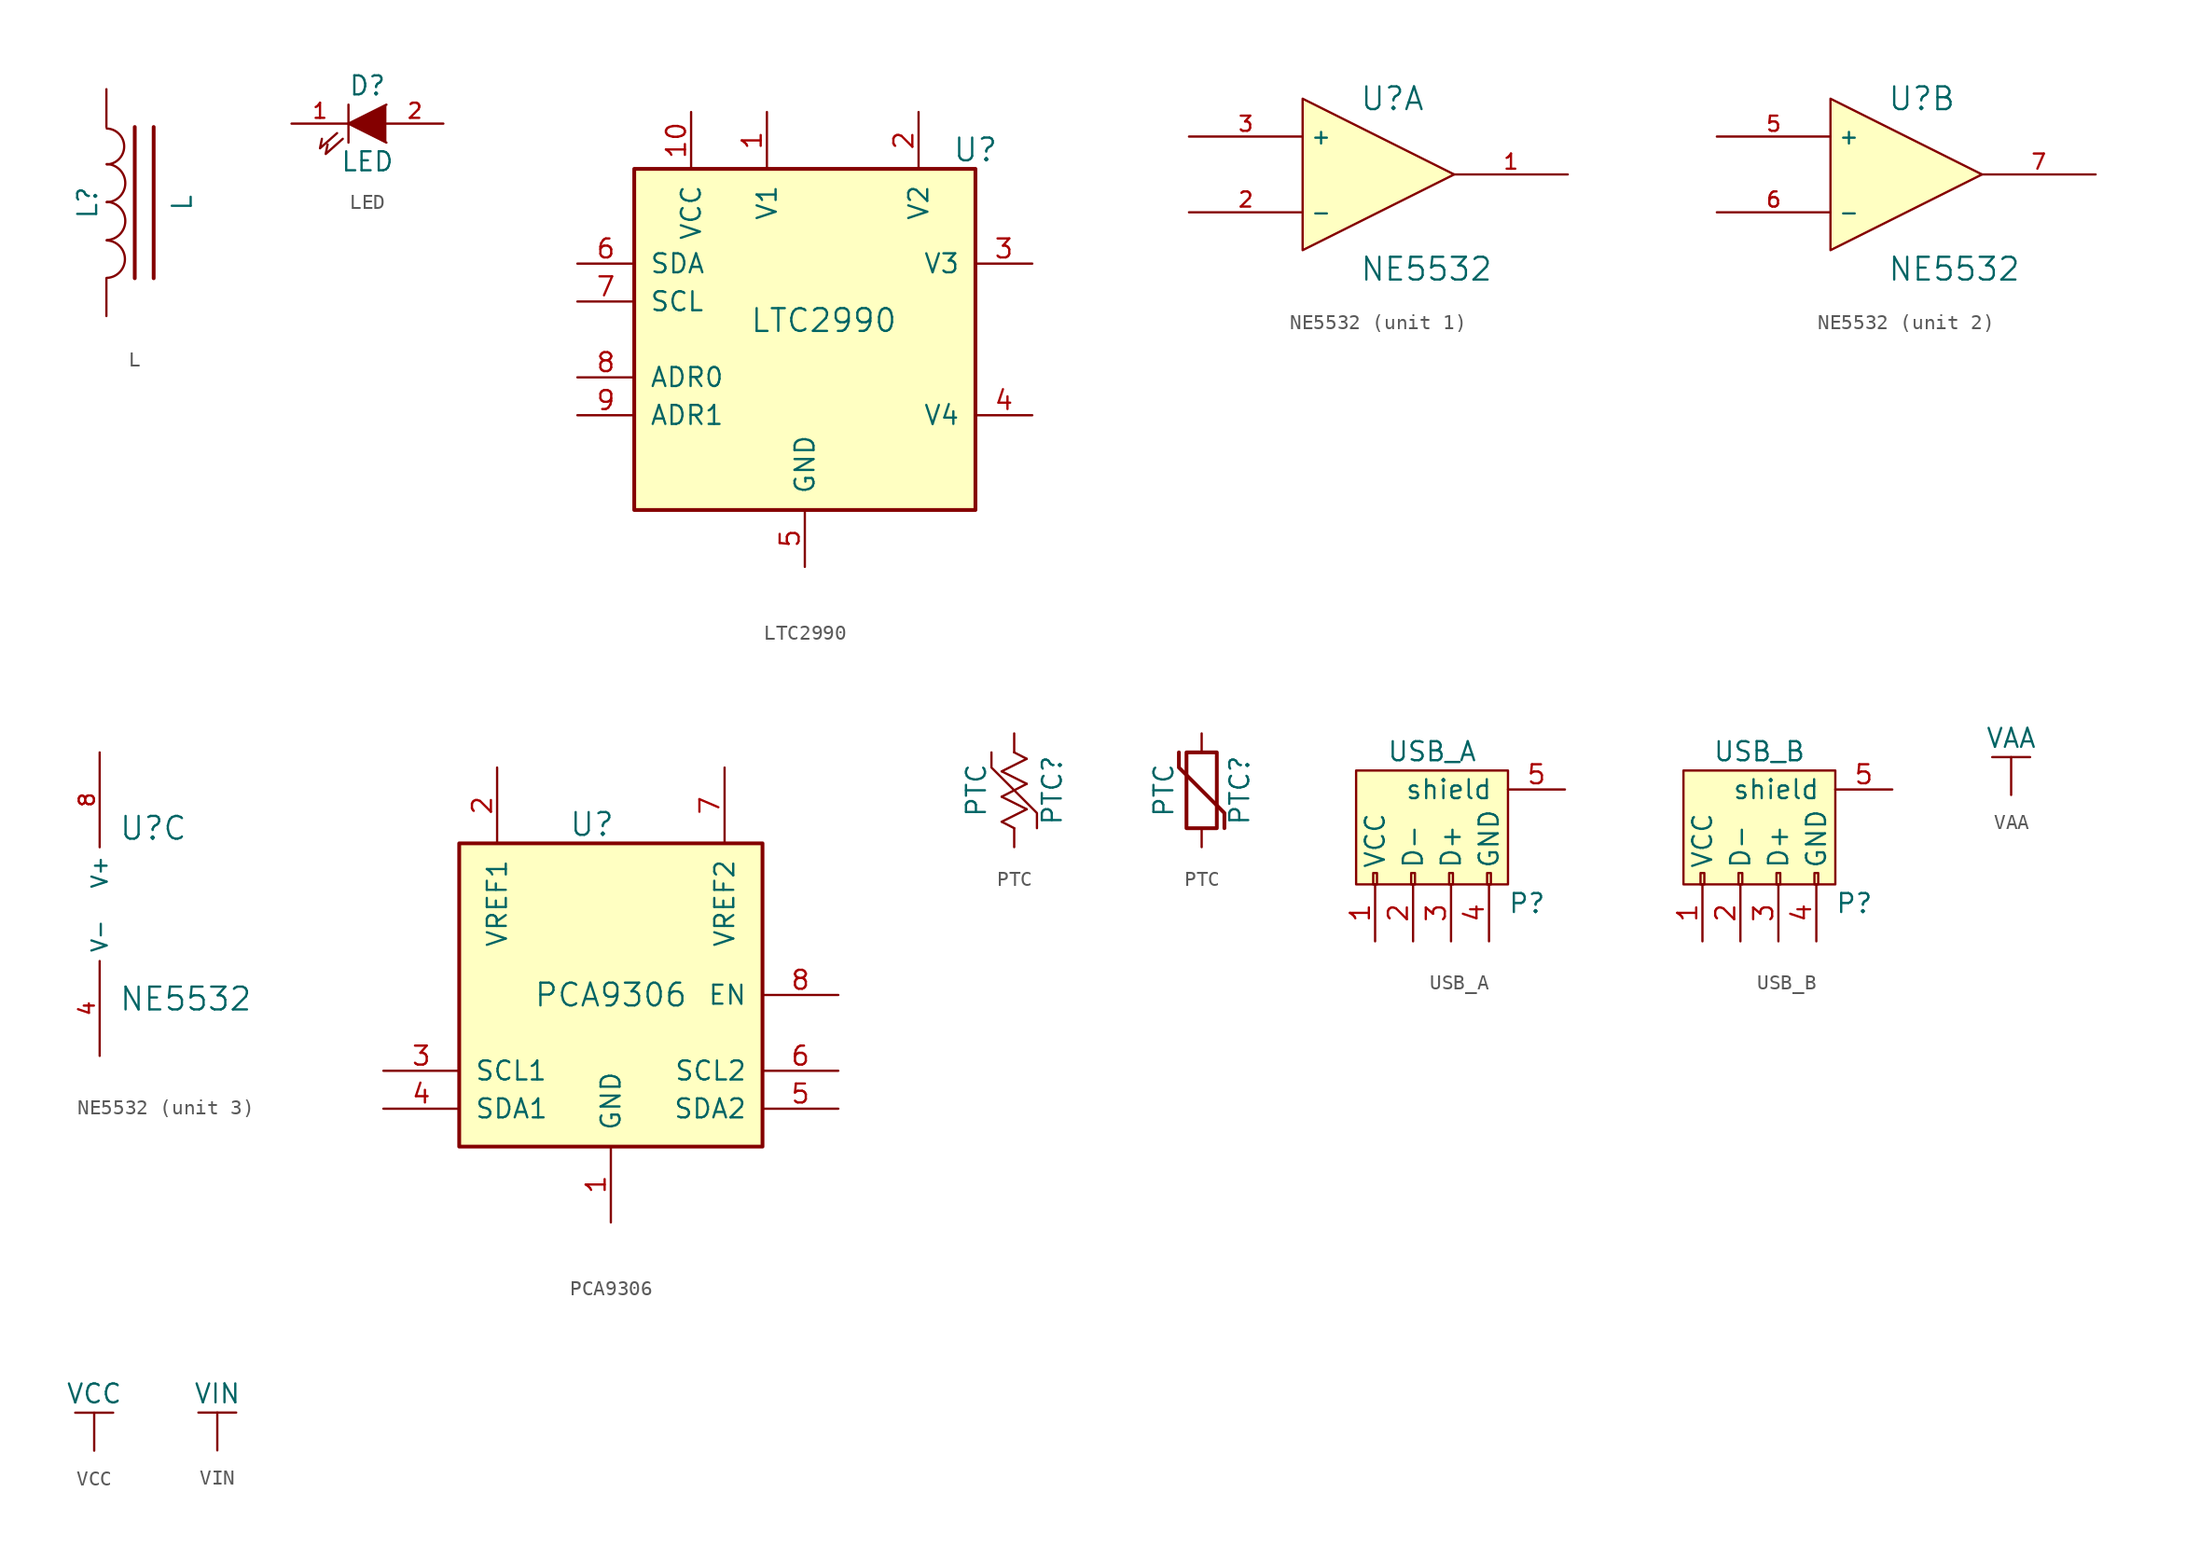
<source format=kicad_sym>
(kicad_symbol_lib
  (version 20231120)
  (generator "kicad_symbol_editor")
  (generator_version "8.0")
  (symbol "L"
    (pin_numbers hide)
    (pin_names
      (offset 1.016) hide)
    (property "Reference" "L"
      (at -1.27 0 90)
      (effects (font (size 1.27 1.27))))
    (property "Value" "L"
      (at 5.08 0 90)
      (effects (font (size 1.27 1.27))))
    (symbol "L_0_1"
      (polyline (pts (xy 1.905 5.08) (xy 1.905 -5.08)) (stroke (width 0.254) (type solid)) (fill (type none)))
      (polyline (pts (xy 3.175 5.08) (xy 3.175 -5.08)) (stroke (width 0.254) (type solid)) (fill (type none)))
      (arc (start 0.0254 -5.0546) (mid 1.2449 -3.8097) (end 0.0254 -2.54) (stroke (width 0) (type solid)) (fill (type none)))
      (arc (start 0.0254 -2.5146) (mid 1.2703 -1.2444) (end 0.0254 0.0508) (stroke (width 0) (type solid)) (fill (type none)))
      (arc (start 0.0254 0.0254) (mid 1.2703 1.2956) (end 0.0254 2.5908) (stroke (width 0) (type solid)) (fill (type none)))
      (arc (start 0.0254 2.5654) (mid 1.1941 3.7595) (end 0.0254 4.9784) (stroke (width 0) (type solid)) (fill (type none))))
    (symbol "L_1_1"
      (pin passive line (at 0 7.62 270) (length 2.54) (name "1" (effects (font (size 1.778 1.778)))) (number "1" (effects (font (size 1.778 1.778)))))
      (pin passive line (at 0 -7.62 90) (length 2.54) (name "2" (effects (font (size 1.778 1.778)))) (number "2" (effects (font (size 1.778 1.778)))))))
  (symbol "LED"
    (pin_names
      (offset 1.016) hide)
    (property "Reference" "D"
      (at 0 2.54 0)
      (effects (font (size 1.27 1.27))))
    (property "Value" "LED"
      (at 0 -2.54 0)
      (effects (font (size 1.27 1.27))))
    (symbol "LED_0_1"
      (polyline (pts (xy -1.27 1.27) (xy -1.27 -1.27)) (stroke (width 0) (type solid)) (fill (type none)))
      (polyline (pts (xy -2.032 -0.635) (xy -3.175 -1.651) (xy -3.048 -1.016)) (stroke (width 0) (type solid)) (fill (type none)))
      (polyline (pts (xy -1.651 -1.016) (xy -2.794 -2.032) (xy -2.667 -1.397)) (stroke (width 0) (type solid)) (fill (type none)))
      (polyline (pts (xy 1.27 1.27) (xy -1.27 0) (xy 1.27 -1.27)) (stroke (width 0) (type solid)) (fill (type outline))))
    (symbol "LED_1_1"
      (pin passive line (at -5.08 0 0) (length 3.81) (name "K" (effects (font (size 1.016 1.016)))) (number "1" (effects (font (size 1.016 1.016)))))
      (pin passive line (at 5.08 0 180) (length 3.81) (name "A" (effects (font (size 1.016 1.016)))) (number "2" (effects (font (size 1.016 1.016)))))))
  (symbol "LTC2990"
    (pin_names
      (offset 1.016))
    (property "Reference" "U"
      (at 11.43 12.7 0)
      (effects (font (size 1.524 1.524))))
    (property "Value" "LTC2990"
      (at 1.27 1.27 0)
      (effects (font (size 1.524 1.524))))
    (symbol "LTC2990_1_1"
      (rectangle (start -11.43 11.43) (end 11.43 -11.43) (stroke (width 0.254) (type solid)) (fill (type background)))
      (pin passive line (at -2.54 15.24 270) (length 3.81) (name "V1" (effects (font (size 1.27 1.27)))) (number "1" (effects (font (size 1.27 1.27)))))
      (pin power_in line (at -7.62 15.24 270) (length 3.81) (name "VCC" (effects (font (size 1.27 1.27)))) (number "10" (effects (font (size 1.27 1.27)))))
      (pin passive line (at 7.62 15.24 270) (length 3.81) (name "V2" (effects (font (size 1.27 1.27)))) (number "2" (effects (font (size 1.27 1.27)))))
      (pin passive line (at 15.24 5.08 180) (length 3.81) (name "V3" (effects (font (size 1.27 1.27)))) (number "3" (effects (font (size 1.27 1.27)))))
      (pin passive line (at 15.24 -5.08 180) (length 3.81) (name "V4" (effects (font (size 1.27 1.27)))) (number "4" (effects (font (size 1.27 1.27)))))
      (pin power_in line (at 0 -15.24 90) (length 3.81) (name "GND" (effects (font (size 1.27 1.27)))) (number "5" (effects (font (size 1.27 1.27)))))
      (pin bidirectional line (at -15.24 5.08 0) (length 3.81) (name "SDA" (effects (font (size 1.27 1.27)))) (number "6" (effects (font (size 1.27 1.27)))))
      (pin input line (at -15.24 2.54 0) (length 3.81) (name "SCL" (effects (font (size 1.27 1.27)))) (number "7" (effects (font (size 1.27 1.27)))))
      (pin input line (at -15.24 -2.54 0) (length 3.81) (name "ADR0" (effects (font (size 1.27 1.27)))) (number "8" (effects (font (size 1.27 1.27)))))
      (pin input line (at -15.24 -5.08 0) (length 3.81) (name "ADR1" (effects (font (size 1.27 1.27)))) (number "9" (effects (font (size 1.27 1.27)))))))
  (symbol "NE5532"
    (property "Reference" "U"
      (at -1.27 5.08 0)
      (effects (font (size 1.524 1.524)) (justify left)))
    (property "Value" "NE5532"
      (at -1.27 -6.35 0)
      (effects (font (size 1.524 1.524)) (justify left)))
    (property "ki_locked" ""
      (at 0 0 0)
      (effects (font (size 1.27 1.27))))
    (symbol "NE5532_1_1"
      (polyline (pts (xy -5.08 5.08) (xy 5.08 0) (xy -5.08 -5.08) (xy -5.08 5.08)) (stroke (width 0.152) (type solid)) (fill (type background)))
      (pin output line (at 12.7 0 180) (length 7.62) (name "~" (effects (font (size 1.016 1.016)))) (number "1" (effects (font (size 1.016 1.016)))))
      (pin input line (at -12.7 -2.54 0) (length 7.62) (name "-" (effects (font (size 1.016 1.016)))) (number "2" (effects (font (size 1.016 1.016)))))
      (pin input line (at -12.7 2.54 0) (length 7.62) (name "+" (effects (font (size 1.016 1.016)))) (number "3" (effects (font (size 1.016 1.016))))))
    (symbol "NE5532_2_1"
      (polyline (pts (xy -5.08 5.08) (xy 5.08 0) (xy -5.08 -5.08) (xy -5.08 5.08)) (stroke (width 0.152) (type solid)) (fill (type background)))
      (pin input line (at -12.7 2.54 0) (length 7.62) (name "+" (effects (font (size 1.016 1.016)))) (number "5" (effects (font (size 1.016 1.016)))))
      (pin input line (at -12.7 -2.54 0) (length 7.62) (name "-" (effects (font (size 1.016 1.016)))) (number "6" (effects (font (size 1.016 1.016)))))
      (pin output line (at 12.7 0 180) (length 7.62) (name "~" (effects (font (size 1.016 1.016)))) (number "7" (effects (font (size 1.016 1.016))))))
    (symbol "NE5532_3_1"
      (pin power_in line (at -2.54 -10.16 90) (length 6.35) (name "V-" (effects (font (size 1.016 1.016)))) (number "4" (effects (font (size 1.016 1.016)))))
      (pin power_in line (at -2.54 10.16 270) (length 6.35) (name "V+" (effects (font (size 1.016 1.016)))) (number "8" (effects (font (size 1.016 1.016)))))))
  (symbol "PCA9306"
    (pin_names
      (offset 1.016))
    (property "Reference" "U"
      (at -1.27 11.43 0)
      (effects (font (size 1.524 1.524))))
    (property "Value" "PCA9306"
      (at 0 0 0)
      (effects (font (size 1.524 1.524))))
    (symbol "PCA9306_1_1"
      (rectangle (start -10.16 10.16) (end 10.16 -10.16) (stroke (width 0.254) (type solid)) (fill (type background)))
      (pin power_in line (at 0 -15.24 90) (length 5.08) (name "GND" (effects (font (size 1.27 1.27)))) (number "1" (effects (font (size 1.27 1.27)))))
      (pin power_in line (at -7.62 15.24 270) (length 5.08) (name "VREF1" (effects (font (size 1.27 1.27)))) (number "2" (effects (font (size 1.27 1.27)))))
      (pin input line (at -15.24 -5.08 0) (length 5.08) (name "SCL1" (effects (font (size 1.27 1.27)))) (number "3" (effects (font (size 1.27 1.27)))))
      (pin bidirectional line (at -15.24 -7.62 0) (length 5.08) (name "SDA1" (effects (font (size 1.27 1.27)))) (number "4" (effects (font (size 1.27 1.27)))))
      (pin bidirectional line (at 15.24 -7.62 180) (length 5.08) (name "SDA2" (effects (font (size 1.27 1.27)))) (number "5" (effects (font (size 1.27 1.27)))))
      (pin output line (at 15.24 -5.08 180) (length 5.08) (name "SCL2" (effects (font (size 1.27 1.27)))) (number "6" (effects (font (size 1.27 1.27)))))
      (pin input line (at 7.62 15.24 270) (length 5.08) (name "VREF2" (effects (font (size 1.27 1.27)))) (number "7" (effects (font (size 1.27 1.27)))))
      (pin input line (at 15.24 0 180) (length 5.08) (name "EN" (effects (font (size 1.27 1.27)))) (number "8" (effects (font (size 1.27 1.27)))))))
  (symbol "PTC"
    (pin_numbers hide)
    (pin_names
      (offset 0))
    (property "Reference" "PTC"
      (at 2.54 0 90)
      (effects (font (size 1.27 1.27))))
    (property "Value" "PTC"
      (at -2.54 0 90)
      (effects (font (size 1.27 1.27))))
    (symbol "PTC_0_1"
      (polyline (pts (xy -0.838 -2.108) (xy 0.838 -1.27)) (stroke (width 0.152) (type solid)) (fill (type none)))
      (polyline (pts (xy -0.838 -0.432) (xy 0.838 0.432)) (stroke (width 0.152) (type solid)) (fill (type none)))
      (polyline (pts (xy -0.838 1.27) (xy 0.838 2.108)) (stroke (width 0.152) (type solid)) (fill (type none)))
      (polyline (pts (xy 0 -2.54) (xy -0.838 -2.108)) (stroke (width 0.152) (type solid)) (fill (type none)))
      (polyline (pts (xy 0.838 -1.27) (xy -0.838 -0.432)) (stroke (width 0.152) (type solid)) (fill (type none)))
      (polyline (pts (xy 0.838 0.432) (xy -0.838 1.27)) (stroke (width 0.152) (type solid)) (fill (type none)))
      (polyline (pts (xy 0.838 2.108) (xy 0 2.54)) (stroke (width 0.152) (type solid)) (fill (type none)))
      (polyline (pts (xy -1.524 2.54) (xy -1.524 1.524) (xy 1.524 -1.524) (xy 1.524 -2.54)) (stroke (width 0) (type solid)) (fill (type none))))
    (symbol "PTC_0_2"
      (rectangle (start -1.016 -2.54) (end 1.016 2.54) (stroke (width 0.254) (type solid)) (fill (type none)))
      (polyline (pts (xy -1.524 2.54) (xy -1.524 1.524) (xy 1.524 -1.524) (xy 1.524 -2.54)) (stroke (width 0.254) (type solid)) (fill (type none))))
    (symbol "PTC_1_1"
      (pin passive line (at 0 3.81 270) (length 1.27) (name "~" (effects (font (size 1.524 1.524)))) (number "1" (effects (font (size 1.524 1.524)))))
      (pin passive line (at 0 -3.81 90) (length 1.27) (name "~" (effects (font (size 1.524 1.524)))) (number "2" (effects (font (size 1.524 1.524))))))
    (symbol "PTC_1_2"
      (pin passive line (at 0 3.81 270) (length 1.27) (name "~" (effects (font (size 1.524 1.524)))) (number "1" (effects (font (size 1.524 1.524)))))
      (pin passive line (at 0 -3.81 90) (length 1.27) (name "~" (effects (font (size 1.524 1.524)))) (number "2" (effects (font (size 1.524 1.524)))))))
  (symbol "USB_A"
    (pin_names
      (offset 1.016))
    (property "Reference" "P"
      (at 5.08 -5.08 0)
      (effects (font (size 1.27 1.27))))
    (property "Value" "USB_A"
      (at -1.27 5.08 0)
      (effects (font (size 1.27 1.27))))
    (symbol "USB_A_0_1"
      (rectangle (start -5.207 -3.81) (end -4.953 -3.048) (stroke (width 0) (type solid)) (fill (type none)))
      (rectangle (start -2.667 -3.81) (end -2.413 -3.048) (stroke (width 0) (type solid)) (fill (type none)))
      (rectangle (start -0.127 -3.81) (end 0.127 -3.048) (stroke (width 0) (type solid)) (fill (type none)))
      (rectangle (start 2.413 -3.81) (end 2.667 -3.048) (stroke (width 0) (type solid)) (fill (type none))))
    (symbol "USB_A_1_1"
      (rectangle (start -6.35 3.81) (end 3.81 -3.81) (stroke (width 0) (type solid)) (fill (type background)))
      (pin power_in line (at -5.08 -7.62 90) (length 3.81) (name "VCC" (effects (font (size 1.27 1.27)))) (number "1" (effects (font (size 1.27 1.27)))))
      (pin passive line (at -2.54 -7.62 90) (length 3.81) (name "D-" (effects (font (size 1.27 1.27)))) (number "2" (effects (font (size 1.27 1.27)))))
      (pin passive line (at 0 -7.62 90) (length 3.81) (name "D+" (effects (font (size 1.27 1.27)))) (number "3" (effects (font (size 1.27 1.27)))))
      (pin power_in line (at 2.54 -7.62 90) (length 3.81) (name "GND" (effects (font (size 1.27 1.27)))) (number "4" (effects (font (size 1.27 1.27)))))
      (pin passive line (at 7.62 2.54 180) (length 3.81) (name "shield" (effects (font (size 1.27 1.27)))) (number "5" (effects (font (size 1.27 1.27)))))))
  (symbol "USB_B"
    (pin_names
      (offset 1.016))
    (property "Reference" "P"
      (at 5.08 -5.08 0)
      (effects (font (size 1.27 1.27))))
    (property "Value" "USB_B"
      (at -1.27 5.08 0)
      (effects (font (size 1.27 1.27))))
    (symbol "USB_B_0_1"
      (rectangle (start -5.207 -3.81) (end -4.953 -3.048) (stroke (width 0) (type solid)) (fill (type none)))
      (rectangle (start -2.667 -3.81) (end -2.413 -3.048) (stroke (width 0) (type solid)) (fill (type none)))
      (rectangle (start -0.127 -3.81) (end 0.127 -3.048) (stroke (width 0) (type solid)) (fill (type none)))
      (rectangle (start 2.413 -3.81) (end 2.667 -3.048) (stroke (width 0) (type solid)) (fill (type none))))
    (symbol "USB_B_1_1"
      (rectangle (start -6.35 3.81) (end 3.81 -3.81) (stroke (width 0) (type solid)) (fill (type background)))
      (pin power_out line (at -5.08 -7.62 90) (length 3.81) (name "VCC" (effects (font (size 1.27 1.27)))) (number "1" (effects (font (size 1.27 1.27)))))
      (pin passive line (at -2.54 -7.62 90) (length 3.81) (name "D-" (effects (font (size 1.27 1.27)))) (number "2" (effects (font (size 1.27 1.27)))))
      (pin passive line (at 0 -7.62 90) (length 3.81) (name "D+" (effects (font (size 1.27 1.27)))) (number "3" (effects (font (size 1.27 1.27)))))
      (pin power_in line (at 2.54 -7.62 90) (length 3.81) (name "GND" (effects (font (size 1.27 1.27)))) (number "4" (effects (font (size 1.27 1.27)))))
      (pin passive line (at 7.62 2.54 180) (length 3.81) (name "shield" (effects (font (size 1.27 1.27)))) (number "5" (effects (font (size 1.27 1.27)))))))
  (symbol "VAA"
    (power)
    (pin_names
      (offset 0))
    (property "Reference" "#PWR"
      (at 0 -3.81 0)
      (effects (font (size 1.27 1.27)) (hide yes)))
    (property "Value" "VAA"
      (at 0 3.81 0)
      (effects (font (size 1.27 1.27))))
    (symbol "VAA_0_1"
      (polyline (pts (xy -1.27 2.54) (xy 1.27 2.54)) (stroke (width 0) (type solid)) (fill (type none)))
      (polyline (pts (xy 0 0) (xy 0 2.54)) (stroke (width 0) (type solid)) (fill (type none))))
    (symbol "VAA_1_1"
      (pin power_in line (at 0 0 90) (length 0) hide (name "VAA" (effects (font (size 1.27 1.27)))) (number "1" (effects (font (size 1.27 1.27)))))))
  (symbol "VCC"
    (power)
    (pin_names
      (offset 0))
    (property "Reference" "#PWR"
      (at 0 -3.81 0)
      (effects (font (size 1.27 1.27)) (hide yes)))
    (property "Value" "VCC"
      (at 0 3.81 0)
      (effects (font (size 1.27 1.27))))
    (symbol "VCC_0_1"
      (polyline (pts (xy -1.27 2.54) (xy 1.27 2.54)) (stroke (width 0) (type solid)) (fill (type none)))
      (polyline (pts (xy 0 0) (xy 0 2.54)) (stroke (width 0) (type solid)) (fill (type none))))
    (symbol "VCC_1_1"
      (pin power_in line (at 0 0 90) (length 0) hide (name "VCC" (effects (font (size 1.27 1.27)))) (number "1" (effects (font (size 1.27 1.27)))))))
  (symbol "VIN"
    (power)
    (pin_names
      (offset 0))
    (property "Reference" "#PWR"
      (at 0 -3.81 0)
      (effects (font (size 1.27 1.27)) (hide yes)))
    (property "Value" "VIN"
      (at 0 3.81 0)
      (effects (font (size 1.27 1.27))))
    (symbol "VIN_0_1"
      (polyline (pts (xy -1.27 2.54) (xy 1.27 2.54)) (stroke (width 0) (type solid)) (fill (type none)))
      (polyline (pts (xy 0 0) (xy 0 2.54)) (stroke (width 0) (type solid)) (fill (type none))))
    (symbol "VIN_1_1"
      (pin power_in line (at 0 0 90) (length 0) hide (name "VIN" (effects (font (size 1.27 1.27)))) (number "1" (effects (font (size 1.27 1.27))))))))
</source>
